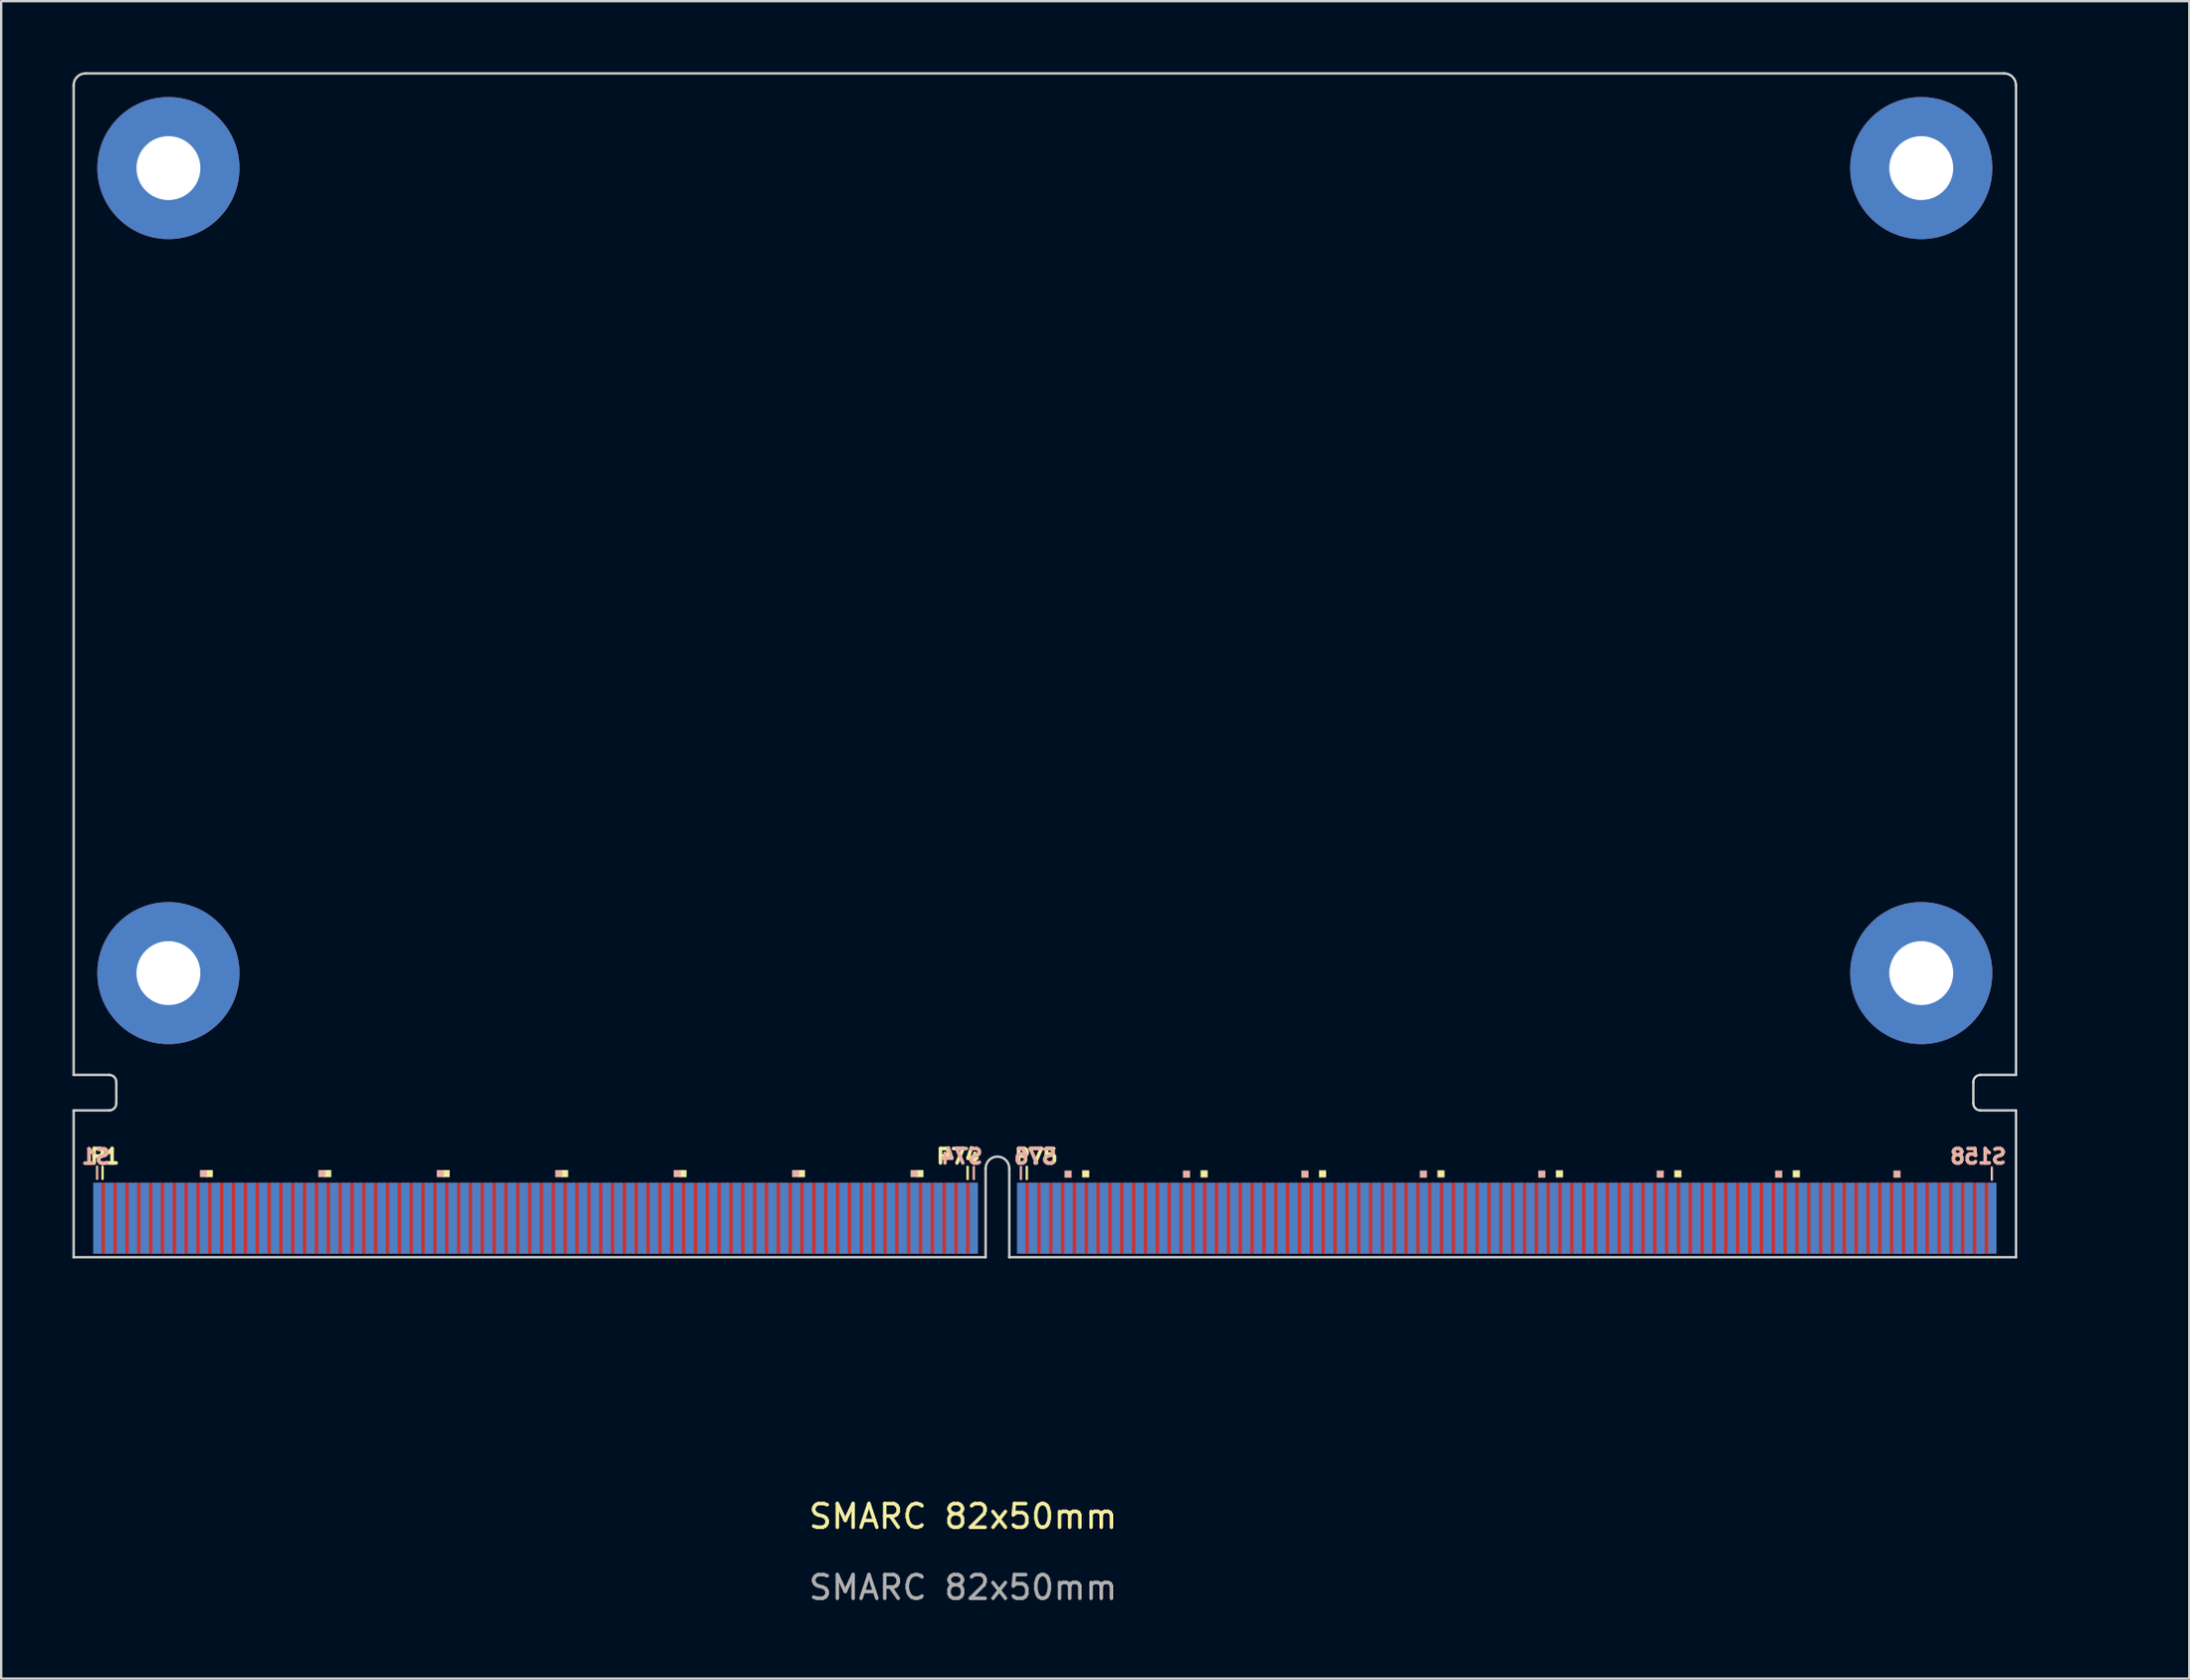
<source format=kicad_pcb>
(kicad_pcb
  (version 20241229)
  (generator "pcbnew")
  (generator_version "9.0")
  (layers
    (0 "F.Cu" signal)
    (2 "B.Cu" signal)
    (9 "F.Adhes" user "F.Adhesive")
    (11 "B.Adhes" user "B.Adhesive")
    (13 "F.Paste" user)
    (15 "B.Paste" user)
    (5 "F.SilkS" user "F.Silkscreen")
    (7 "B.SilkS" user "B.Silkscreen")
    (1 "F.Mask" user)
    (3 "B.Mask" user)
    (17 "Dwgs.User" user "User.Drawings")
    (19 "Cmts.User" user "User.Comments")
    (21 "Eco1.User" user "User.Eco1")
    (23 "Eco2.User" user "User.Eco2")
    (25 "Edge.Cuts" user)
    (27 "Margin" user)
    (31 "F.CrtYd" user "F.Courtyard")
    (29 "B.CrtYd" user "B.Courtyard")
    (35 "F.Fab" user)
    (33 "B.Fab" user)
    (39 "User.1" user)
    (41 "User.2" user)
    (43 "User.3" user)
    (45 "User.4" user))
  (footprint "SMARC 82x50mm"
    (layer "F.Cu")
    (at 41.06 50.05)
    (property "Reference" "SMARC 82x50mm" (at -3.45 10.95 0) (unlocked yes) (layer "F.SilkS") (effects (font (size 1 1) (thickness 0.15))))
    (attr smd)
    (fp_line (start -39.78 -3.31) (end -39.78 -3.83) (stroke (width 0.1) (type default)) (layer "F.SilkS"))
    (fp_line (start -3.26 -3.3) (end -3.26 -3.82) (stroke (width 0.1) (type default)) (layer "F.SilkS"))
    (fp_line (start -0.76 -3.3) (end -0.76 -3.82) (stroke (width 0.1) (type default)) (layer "F.SilkS"))
    (fp_rect (start -35.425 -3.68) (end -35.125 -3.38) (stroke (width 0) (type solid)) (fill yes) (layer "F.SilkS"))
    (fp_rect (start -30.425 -3.68) (end -30.125 -3.38) (stroke (width 0) (type solid)) (fill yes) (layer "F.SilkS"))
    (fp_rect (start -25.425 -3.68) (end -25.125 -3.38) (stroke (width 0) (type solid)) (fill yes) (layer "F.SilkS"))
    (fp_rect (start -20.425 -3.68) (end -20.125 -3.38) (stroke (width 0) (type solid)) (fill yes) (layer "F.SilkS"))
    (fp_rect (start -15.425 -3.68) (end -15.125 -3.38) (stroke (width 0) (type solid)) (fill yes) (layer "F.SilkS"))
    (fp_rect (start -10.425 -3.68) (end -10.125 -3.38) (stroke (width 0) (type solid)) (fill yes) (layer "F.SilkS"))
    (fp_rect (start -5.425 -3.68) (end -5.125 -3.38) (stroke (width 0) (type solid)) (fill yes) (layer "F.SilkS"))
    (fp_rect (start 1.575 -3.67) (end 1.875 -3.37) (stroke (width 0) (type solid)) (fill yes) (layer "F.SilkS"))
    (fp_rect (start 6.575 -3.67) (end 6.875 -3.37) (stroke (width 0) (type solid)) (fill yes) (layer "F.SilkS"))
    (fp_rect (start 11.575 -3.67) (end 11.875 -3.37) (stroke (width 0) (type solid)) (fill yes) (layer "F.SilkS"))
    (fp_rect (start 16.575 -3.67) (end 16.875 -3.37) (stroke (width 0) (type solid)) (fill yes) (layer "F.SilkS"))
    (fp_rect (start 21.575 -3.67) (end 21.875 -3.37) (stroke (width 0) (type solid)) (fill yes) (layer "F.SilkS"))
    (fp_rect (start 26.575 -3.67) (end 26.875 -3.37) (stroke (width 0) (type solid)) (fill yes) (layer "F.SilkS"))
    (fp_rect (start 31.575 -3.67) (end 31.875 -3.37) (stroke (width 0) (type solid)) (fill yes) (layer "F.SilkS"))
    (fp_line (start -40.01 -3.31) (end -40.01 -3.83) (stroke (width 0.1) (type default)) (layer "B.SilkS"))
    (fp_line (start -3 -3.3) (end -3 -3.82) (stroke (width 0.1) (type default)) (layer "B.SilkS"))
    (fp_line (start -1.01 -3.3) (end -1.01 -3.82) (stroke (width 0.1) (type default)) (layer "B.SilkS"))
    (fp_line (start 39.98 -3.27) (end 39.98 -3.79) (stroke (width 0.1) (type default)) (layer "B.SilkS"))
    (fp_rect (start -35.67 -3.68) (end -35.37 -3.38) (stroke (width 0) (type solid)) (fill yes) (layer "B.SilkS"))
    (fp_rect (start -30.67 -3.68) (end -30.37 -3.38) (stroke (width 0) (type solid)) (fill yes) (layer "B.SilkS"))
    (fp_rect (start -25.67 -3.68) (end -25.37 -3.38) (stroke (width 0) (type solid)) (fill yes) (layer "B.SilkS"))
    (fp_rect (start -20.67 -3.68) (end -20.37 -3.38) (stroke (width 0) (type solid)) (fill yes) (layer "B.SilkS"))
    (fp_rect (start -15.67 -3.68) (end -15.37 -3.38) (stroke (width 0) (type solid)) (fill yes) (layer "B.SilkS"))
    (fp_rect (start -10.67 -3.68) (end -10.37 -3.38) (stroke (width 0) (type solid)) (fill yes) (layer "B.SilkS"))
    (fp_rect (start -5.67 -3.68) (end -5.37 -3.38) (stroke (width 0) (type solid)) (fill yes) (layer "B.SilkS"))
    (fp_rect (start 0.83 -3.66) (end 1.13 -3.36) (stroke (width 0) (type solid)) (fill yes) (layer "B.SilkS"))
    (fp_rect (start 5.83 -3.66) (end 6.13 -3.36) (stroke (width 0) (type solid)) (fill yes) (layer "B.SilkS"))
    (fp_rect (start 10.83 -3.66) (end 11.13 -3.36) (stroke (width 0) (type solid)) (fill yes) (layer "B.SilkS"))
    (fp_rect (start 15.83 -3.66) (end 16.13 -3.36) (stroke (width 0) (type solid)) (fill yes) (layer "B.SilkS"))
    (fp_rect (start 20.83 -3.66) (end 21.13 -3.36) (stroke (width 0) (type solid)) (fill yes) (layer "B.SilkS"))
    (fp_rect (start 25.83 -3.66) (end 26.13 -3.36) (stroke (width 0) (type solid)) (fill yes) (layer "B.SilkS"))
    (fp_rect (start 30.83 -3.66) (end 31.13 -3.36) (stroke (width 0) (type solid)) (fill yes) (layer "B.SilkS"))
    (fp_rect (start 35.825 -3.66) (end 36.125 -3.36) (stroke (width 0) (type solid)) (fill yes) (layer "B.SilkS"))
    (fp_line (start -41 -7.7) (end -41 -49.5) (stroke (width 0.1) (type default)) (layer "Edge.Cuts"))
    (fp_line (start -41 -6.2) (end -39.5 -6.2) (stroke (width 0.1) (type default)) (layer "Edge.Cuts"))
    (fp_line (start -41 0) (end -41 -6.2) (stroke (width 0.1) (type default)) (layer "Edge.Cuts"))
    (fp_line (start -39.5 -7.7) (end -41 -7.7) (stroke (width 0.1) (type default)) (layer "Edge.Cuts"))
    (fp_line (start -39.2 -6.5) (end -39.2 -7.4) (stroke (width 0.1) (type default)) (layer "Edge.Cuts"))
    (fp_line (start -2.5 0) (end -41 0) (stroke (width 0.1) (type default)) (layer "Edge.Cuts"))
    (fp_line (start -2.5 0) (end -2.5 -3.75) (stroke (width 0.1) (type default)) (layer "Edge.Cuts"))
    (fp_line (start -1.5 0) (end -1.5 -3.75) (stroke (width 0.1) (type default)) (layer "Edge.Cuts"))
    (fp_line (start 39.2 -6.5) (end 39.2 -7.4) (stroke (width 0.1) (type default)) (layer "Edge.Cuts"))
    (fp_line (start 39.5 -7.7) (end 41 -7.7) (stroke (width 0.1) (type default)) (layer "Edge.Cuts"))
    (fp_line (start 40.5 -50) (end -40.5 -50) (stroke (width 0.1) (type default)) (layer "Edge.Cuts"))
    (fp_line (start 41 -7.7) (end 41 -49.5) (stroke (width 0.1) (type default)) (layer "Edge.Cuts"))
    (fp_line (start 41 -6.2) (end 39.5 -6.2) (stroke (width 0.1) (type default)) (layer "Edge.Cuts"))
    (fp_line (start 41 0) (end -1.5 0) (stroke (width 0.1) (type default)) (layer "Edge.Cuts"))
    (fp_line (start 41 0) (end 41 -6.2) (stroke (width 0.1) (type default)) (layer "Edge.Cuts"))
    (fp_arc (start -41 -49.5) (mid -40.853553 -49.853553) (end -40.5 -50) (stroke (width 0.1) (type default)) (layer "Edge.Cuts"))
    (fp_arc (start -39.5 -7.7) (mid -39.287867 -7.612132) (end -39.2 -7.4) (stroke (width 0.1) (type default)) (layer "Edge.Cuts"))
    (fp_arc (start -39.2 -6.5) (mid -39.287867 -6.287867) (end -39.5 -6.2) (stroke (width 0.1) (type default)) (layer "Edge.Cuts"))
    (fp_arc (start -2.5 -3.75) (mid -2 -4.25) (end -1.5 -3.75) (stroke (width 0.1) (type default)) (layer "Edge.Cuts"))
    (fp_arc (start 39.2 -7.4) (mid 39.287868 -7.612132) (end 39.5 -7.7) (stroke (width 0.1) (type default)) (layer "Edge.Cuts"))
    (fp_arc (start 39.5 -6.2) (mid 39.287868 -6.287868) (end 39.2 -6.5) (stroke (width 0.1) (type default)) (layer "Edge.Cuts"))
    (fp_arc (start 40.5 -50) (mid 40.853553 -49.853553) (end 41 -49.5) (stroke (width 0.1) (type default)) (layer "Edge.Cuts"))
    (fp_text user "P74" (at -2.68 -3.9 0) (unlocked yes) (layer "F.SilkS") (effects (font (size 0.61 0.61) (thickness 0.152) (bold yes)) (justify right bottom)))
    (fp_text user "P75" (at -1.35 -3.9 0) (unlocked yes) (layer "F.SilkS") (effects (font (size 0.61 0.61) (thickness 0.152) (bold yes)) (justify left bottom)))
    (fp_text user "P1" (at -40.38 -3.9 0) (unlocked yes) (layer "F.SilkS") (effects (font (size 0.61 0.61) (thickness 0.152) (bold yes)) (justify left bottom)))
    (fp_text user "S74" (at -4.49 -3.9 0) (unlocked yes) (layer "B.SilkS") (effects (font (size 0.61 0.61) (thickness 0.152) (bold yes)) (justify right bottom mirror)))
    (fp_text user "S1" (at -39.38 -3.89 0) (unlocked yes) (layer "B.SilkS") (effects (font (size 0.61 0.61) (thickness 0.152) (bold yes)) (justify left bottom mirror)))
    (fp_text user "S158" (at 40.67 -3.9 0) (unlocked yes) (layer "B.SilkS") (effects (font (size 0.61 0.61) (thickness 0.152) (bold yes)) (justify left bottom mirror)))
    (fp_text user "S76" (at -1.38 -3.9 0) (unlocked yes) (layer "B.SilkS") (effects (font (size 0.61 0.61) (thickness 0.152) (bold yes)) (justify right bottom mirror)))
    (fp_text user "${REFERENCE}" (at -3.45 13.95 0) (unlocked yes) (layer "F.Fab") (effects (font (size 1 1) (thickness 0.15))))
    (fp_text user "PCB thickness: 1.2mm" (at -38.99 3 0) (unlocked yes) (layer "User.1") (effects (font (size 1 1) (thickness 0.15)) (justify left bottom)))
    (dimension (type aligned) (layer "User.1") (pts (xy 0.06 51.55) (xy 39.06 51.55)) (height 4.257) (format (prefix "") (suffix "") (units 3) (units_format 1) (precision 0)) (style (thickness 0.12) (arrow_length 1.27) (text_position_mode 0) (arrow_direction outward) (extension_height 0.586) (extension_offset 0.5) (keep_text_aligned yes)) (gr_text "39 mm" (at 19.56 54.657 0) (layer "User.1") (effects (font (size 1 1) (thickness 0.15)))))
    (dimension (type aligned) (layer "User.1") (pts (xy 0.06 49.6) (xy 82.06 49.6)) (height 7.701) (format (prefix "") (suffix "") (units 3) (units_format 1) (precision 0)) (style (thickness 0.12) (arrow_length 1.27) (text_position_mode 0) (arrow_direction outward) (extension_height 0.586) (extension_offset 0.5) (keep_text_aligned yes)) (gr_text "82 mm" (at 41.06 56.151 0) (layer "User.1") (effects (font (size 1 1) (thickness 0.15)))))
    (dimension (type aligned) (layer "User.1") (pts (xy 79.754 50.05) (xy 79.754 0.05)) (height 5.006) (format (prefix "") (suffix "") (units 3) (units_format 1) (precision 0)) (style (thickness 0.1) (arrow_length 1.27) (text_position_mode 0) (arrow_direction outward) (extension_height 0.586) (extension_offset 0.5) (keep_text_aligned yes)) (gr_text "50 mm" (at 83.66 25.05 90) (layer "User.1") (effects (font (size 1 1) (thickness 0.1)))))
    (pad "P1" smd rect (at -39.75 -1.65) (size 0.35 3) (layers "F.Cu" "F.Mask"))
    (pad "P2" smd rect (at -39.25 -1.65) (size 0.35 3) (layers "F.Cu" "F.Mask"))
    (pad "P3" smd rect (at -38.75 -1.65) (size 0.35 3) (layers "F.Cu" "F.Mask"))
    (pad "P4" smd rect (at -38.25 -1.65) (size 0.35 3) (layers "F.Cu" "F.Mask"))
    (pad "P5" smd rect (at -37.75 -1.65) (size 0.35 3) (layers "F.Cu" "F.Mask"))
    (pad "P6" smd rect (at -37.25 -1.65) (size 0.35 3) (layers "F.Cu" "F.Mask"))
    (pad "P7" smd rect (at -36.75 -1.65) (size 0.35 3) (layers "F.Cu" "F.Mask"))
    (pad "P8" smd rect (at -36.25 -1.65) (size 0.35 3) (layers "F.Cu" "F.Mask"))
    (pad "P9" smd rect (at -35.75 -1.65) (size 0.35 3) (layers "F.Cu" "F.Mask"))
    (pad "P10" smd rect (at -35.25 -1.65) (size 0.35 3) (layers "F.Cu" "F.Mask"))
    (pad "P11" smd rect (at -34.75 -1.65) (size 0.35 3) (layers "F.Cu" "F.Mask"))
    (pad "P12" smd rect (at -34.25 -1.65) (size 0.35 3) (layers "F.Cu" "F.Mask"))
    (pad "P13" smd rect (at -33.75 -1.65) (size 0.35 3) (layers "F.Cu" "F.Mask"))
    (pad "P14" smd rect (at -33.25 -1.65) (size 0.35 3) (layers "F.Cu" "F.Mask"))
    (pad "P15" smd rect (at -32.75 -1.65) (size 0.35 3) (layers "F.Cu" "F.Mask"))
    (pad "P16" smd rect (at -32.25 -1.65) (size 0.35 3) (layers "F.Cu" "F.Mask"))
    (pad "P17" smd rect (at -31.75 -1.65) (size 0.35 3) (layers "F.Cu" "F.Mask"))
    (pad "P18" smd rect (at -31.25 -1.65) (size 0.35 3) (layers "F.Cu" "F.Mask"))
    (pad "P19" smd rect (at -30.75 -1.65) (size 0.35 3) (layers "F.Cu" "F.Mask"))
    (pad "P20" smd rect (at -30.25 -1.65) (size 0.35 3) (layers "F.Cu" "F.Mask"))
    (pad "P21" smd rect (at -29.75 -1.65) (size 0.35 3) (layers "F.Cu" "F.Mask"))
    (pad "P22" smd rect (at -29.25 -1.65) (size 0.35 3) (layers "F.Cu" "F.Mask"))
    (pad "P23" smd rect (at -28.75 -1.65) (size 0.35 3) (layers "F.Cu" "F.Mask"))
    (pad "P24" smd rect (at -28.25 -1.65) (size 0.35 3) (layers "F.Cu" "F.Mask"))
    (pad "P25" smd rect (at -27.75 -1.65) (size 0.35 3) (layers "F.Cu" "F.Mask"))
    (pad "P26" smd rect (at -27.25 -1.65) (size 0.35 3) (layers "F.Cu" "F.Mask"))
    (pad "P27" smd rect (at -26.75 -1.65) (size 0.35 3) (layers "F.Cu" "F.Mask"))
    (pad "P28" smd rect (at -26.25 -1.65) (size 0.35 3) (layers "F.Cu" "F.Mask"))
    (pad "P29" smd rect (at -25.75 -1.65) (size 0.35 3) (layers "F.Cu" "F.Mask"))
    (pad "P30" smd rect (at -25.25 -1.65) (size 0.35 3) (layers "F.Cu" "F.Mask"))
    (pad "P31" smd rect (at -24.75 -1.65) (size 0.35 3) (layers "F.Cu" "F.Mask"))
    (pad "P32" smd rect (at -24.25 -1.65) (size 0.35 3) (layers "F.Cu" "F.Mask"))
    (pad "P33" smd rect (at -23.75 -1.65) (size 0.35 3) (layers "F.Cu" "F.Mask"))
    (pad "P34" smd rect (at -23.25 -1.65) (size 0.35 3) (layers "F.Cu" "F.Mask"))
    (pad "P35" smd rect (at -22.75 -1.65) (size 0.35 3) (layers "F.Cu" "F.Mask"))
    (pad "P36" smd rect (at -22.25 -1.65) (size 0.35 3) (layers "F.Cu" "F.Mask"))
    (pad "P37" smd rect (at -21.75 -1.65) (size 0.35 3) (layers "F.Cu" "F.Mask"))
    (pad "P38" smd rect (at -21.25 -1.65) (size 0.35 3) (layers "F.Cu" "F.Mask"))
    (pad "P39" smd rect (at -20.75 -1.65) (size 0.35 3) (layers "F.Cu" "F.Mask"))
    (pad "P40" smd rect (at -20.25 -1.65) (size 0.35 3) (layers "F.Cu" "F.Mask"))
    (pad "P41" smd rect (at -19.75 -1.65) (size 0.35 3) (layers "F.Cu" "F.Mask"))
    (pad "P42" smd rect (at -19.25 -1.65) (size 0.35 3) (layers "F.Cu" "F.Mask"))
    (pad "P43" smd rect (at -18.75 -1.65) (size 0.35 3) (layers "F.Cu" "F.Mask"))
    (pad "P44" smd rect (at -18.25 -1.65) (size 0.35 3) (layers "F.Cu" "F.Mask"))
    (pad "P45" smd rect (at -17.75 -1.65) (size 0.35 3) (layers "F.Cu" "F.Mask"))
    (pad "P46" smd rect (at -17.25 -1.65) (size 0.35 3) (layers "F.Cu" "F.Mask"))
    (pad "P47" smd rect (at -16.75 -1.65) (size 0.35 3) (layers "F.Cu" "F.Mask"))
    (pad "P48" smd rect (at -16.25 -1.65) (size 0.35 3) (layers "F.Cu" "F.Mask"))
    (pad "P49" smd rect (at -15.75 -1.65) (size 0.35 3) (layers "F.Cu" "F.Mask"))
    (pad "P50" smd rect (at -15.25 -1.65) (size 0.35 3) (layers "F.Cu" "F.Mask"))
    (pad "P51" smd rect (at -14.75 -1.65) (size 0.35 3) (layers "F.Cu" "F.Mask"))
    (pad "P52" smd rect (at -14.25 -1.65) (size 0.35 3) (layers "F.Cu" "F.Mask"))
    (pad "P53" smd rect (at -13.75 -1.65) (size 0.35 3) (layers "F.Cu" "F.Mask"))
    (pad "P54" smd rect (at -13.25 -1.65) (size 0.35 3) (layers "F.Cu" "F.Mask"))
    (pad "P55" smd rect (at -12.75 -1.65) (size 0.35 3) (layers "F.Cu" "F.Mask"))
    (pad "P56" smd rect (at -12.25 -1.65) (size 0.35 3) (layers "F.Cu" "F.Mask"))
    (pad "P57" smd rect (at -11.75 -1.65) (size 0.35 3) (layers "F.Cu" "F.Mask"))
    (pad "P58" smd rect (at -11.25 -1.65) (size 0.35 3) (layers "F.Cu" "F.Mask"))
    (pad "P59" smd rect (at -10.75 -1.65) (size 0.35 3) (layers "F.Cu" "F.Mask"))
    (pad "P60" smd rect (at -10.25 -1.65) (size 0.35 3) (layers "F.Cu" "F.Mask"))
    (pad "P61" smd rect (at -9.75 -1.65) (size 0.35 3) (layers "F.Cu" "F.Mask"))
    (pad "P62" smd rect (at -9.25 -1.65) (size 0.35 3) (layers "F.Cu" "F.Mask"))
    (pad "P63" smd rect (at -8.75 -1.65) (size 0.35 3) (layers "F.Cu" "F.Mask"))
    (pad "P64" smd rect (at -8.25 -1.65) (size 0.35 3) (layers "F.Cu" "F.Mask"))
    (pad "P65" smd rect (at -7.75 -1.65) (size 0.35 3) (layers "F.Cu" "F.Mask"))
    (pad "P66" smd rect (at -7.25 -1.65) (size 0.35 3) (layers "F.Cu" "F.Mask"))
    (pad "P67" smd rect (at -6.75 -1.65) (size 0.35 3) (layers "F.Cu" "F.Mask"))
    (pad "P68" smd rect (at -6.25 -1.65) (size 0.35 3) (layers "F.Cu" "F.Mask"))
    (pad "P69" smd rect (at -5.75 -1.65) (size 0.35 3) (layers "F.Cu" "F.Mask"))
    (pad "P70" smd rect (at -5.25 -1.65) (size 0.35 3) (layers "F.Cu" "F.Mask"))
    (pad "P71" smd rect (at -4.75 -1.65) (size 0.35 3) (layers "F.Cu" "F.Mask"))
    (pad "P72" smd rect (at -4.25 -1.65) (size 0.35 3) (layers "F.Cu" "F.Mask"))
    (pad "P73" smd rect (at -3.75 -1.65) (size 0.35 3) (layers "F.Cu" "F.Mask"))
    (pad "P74" smd rect (at -3.25 -1.65) (size 0.35 3) (layers "F.Cu" "F.Mask"))
    (pad "P75" smd rect (at -0.75 -1.65) (size 0.35 3) (layers "F.Cu" "F.Mask"))
    (pad "P76" smd rect (at -0.25 -1.65) (size 0.35 3) (layers "F.Cu" "F.Mask"))
    (pad "P77" smd rect (at 0.25 -1.65) (size 0.35 3) (layers "F.Cu" "F.Mask"))
    (pad "P78" smd rect (at 0.75 -1.65) (size 0.35 3) (layers "F.Cu" "F.Mask"))
    (pad "P79" smd rect (at 1.25 -1.65) (size 0.35 3) (layers "F.Cu" "F.Mask"))
    (pad "P80" smd rect (at 1.75 -1.65) (size 0.35 3) (layers "F.Cu" "F.Mask"))
    (pad "P81" smd rect (at 2.25 -1.65) (size 0.35 3) (layers "F.Cu" "F.Mask"))
    (pad "P82" smd rect (at 2.75 -1.65) (size 0.35 3) (layers "F.Cu" "F.Mask"))
    (pad "P83" smd rect (at 3.25 -1.65) (size 0.35 3) (layers "F.Cu" "F.Mask"))
    (pad "P84" smd rect (at 3.75 -1.65) (size 0.35 3) (layers "F.Cu" "F.Mask"))
    (pad "P85" smd rect (at 4.25 -1.65) (size 0.35 3) (layers "F.Cu" "F.Mask"))
    (pad "P86" smd rect (at 4.75 -1.65) (size 0.35 3) (layers "F.Cu" "F.Mask"))
    (pad "P87" smd rect (at 5.25 -1.65) (size 0.35 3) (layers "F.Cu" "F.Mask"))
    (pad "P88" smd rect (at 5.75 -1.65) (size 0.35 3) (layers "F.Cu" "F.Mask"))
    (pad "P89" smd rect (at 6.25 -1.65) (size 0.35 3) (layers "F.Cu" "F.Mask"))
    (pad "P90" smd rect (at 6.75 -1.65) (size 0.35 3) (layers "F.Cu" "F.Mask"))
    (pad "P91" smd rect (at 7.25 -1.65) (size 0.35 3) (layers "F.Cu" "F.Mask"))
    (pad "P92" smd rect (at 7.75 -1.65) (size 0.35 3) (layers "F.Cu" "F.Mask"))
    (pad "P93" smd rect (at 8.25 -1.65) (size 0.35 3) (layers "F.Cu" "F.Mask"))
    (pad "P94" smd rect (at 8.75 -1.65) (size 0.35 3) (layers "F.Cu" "F.Mask"))
    (pad "P95" smd rect (at 9.25 -1.65) (size 0.35 3) (layers "F.Cu" "F.Mask"))
    (pad "P96" smd rect (at 9.75 -1.65) (size 0.35 3) (layers "F.Cu" "F.Mask"))
    (pad "P97" smd rect (at 10.25 -1.65) (size 0.35 3) (layers "F.Cu" "F.Mask"))
    (pad "P98" smd rect (at 10.75 -1.65) (size 0.35 3) (layers "F.Cu" "F.Mask"))
    (pad "P99" smd rect (at 11.25 -1.65) (size 0.35 3) (layers "F.Cu" "F.Mask"))
    (pad "P100" smd rect (at 11.75 -1.65) (size 0.35 3) (layers "F.Cu" "F.Mask"))
    (pad "P101" smd rect (at 12.25 -1.65) (size 0.35 3) (layers "F.Cu" "F.Mask"))
    (pad "P102" smd rect (at 12.75 -1.65) (size 0.35 3) (layers "F.Cu" "F.Mask"))
    (pad "P103" smd rect (at 13.25 -1.65) (size 0.35 3) (layers "F.Cu" "F.Mask"))
    (pad "P104" smd rect (at 13.75 -1.65) (size 0.35 3) (layers "F.Cu" "F.Mask"))
    (pad "P105" smd rect (at 14.25 -1.65) (size 0.35 3) (layers "F.Cu" "F.Mask"))
    (pad "P106" smd rect (at 14.75 -1.65) (size 0.35 3) (layers "F.Cu" "F.Mask"))
    (pad "P107" smd rect (at 15.25 -1.65) (size 0.35 3) (layers "F.Cu" "F.Mask"))
    (pad "P108" smd rect (at 15.75 -1.65) (size 0.35 3) (layers "F.Cu" "F.Mask"))
    (pad "P109" smd rect (at 16.25 -1.65) (size 0.35 3) (layers "F.Cu" "F.Mask"))
    (pad "P110" smd rect (at 16.75 -1.65) (size 0.35 3) (layers "F.Cu" "F.Mask"))
    (pad "P111" smd rect (at 17.25 -1.65) (size 0.35 3) (layers "F.Cu" "F.Mask"))
    (pad "P112" smd rect (at 17.75 -1.65) (size 0.35 3) (layers "F.Cu" "F.Mask"))
    (pad "P113" smd rect (at 18.25 -1.65) (size 0.35 3) (layers "F.Cu" "F.Mask"))
    (pad "P114" smd rect (at 18.75 -1.65) (size 0.35 3) (layers "F.Cu" "F.Mask"))
    (pad "P115" smd rect (at 19.25 -1.65) (size 0.35 3) (layers "F.Cu" "F.Mask"))
    (pad "P116" smd rect (at 19.75 -1.65) (size 0.35 3) (layers "F.Cu" "F.Mask"))
    (pad "P117" smd rect (at 20.25 -1.65) (size 0.35 3) (layers "F.Cu" "F.Mask"))
    (pad "P118" smd rect (at 20.75 -1.65) (size 0.35 3) (layers "F.Cu" "F.Mask"))
    (pad "P119" smd rect (at 21.25 -1.65) (size 0.35 3) (layers "F.Cu" "F.Mask"))
    (pad "P120" smd rect (at 21.75 -1.65) (size 0.35 3) (layers "F.Cu" "F.Mask"))
    (pad "P121" smd rect (at 22.25 -1.65) (size 0.35 3) (layers "F.Cu" "F.Mask"))
    (pad "P122" smd rect (at 22.75 -1.65) (size 0.35 3) (layers "F.Cu" "F.Mask"))
    (pad "P123" smd rect (at 23.25 -1.65) (size 0.35 3) (layers "F.Cu" "F.Mask"))
    (pad "P124" smd rect (at 23.75 -1.65) (size 0.35 3) (layers "F.Cu" "F.Mask"))
    (pad "P125" smd rect (at 24.25 -1.65) (size 0.35 3) (layers "F.Cu" "F.Mask"))
    (pad "P126" smd rect (at 24.75 -1.65) (size 0.35 3) (layers "F.Cu" "F.Mask"))
    (pad "P127" smd rect (at 25.25 -1.65) (size 0.35 3) (layers "F.Cu" "F.Mask"))
    (pad "P128" smd rect (at 25.75 -1.65) (size 0.35 3) (layers "F.Cu" "F.Mask"))
    (pad "P129" smd rect (at 26.25 -1.65) (size 0.35 3) (layers "F.Cu" "F.Mask"))
    (pad "P130" smd rect (at 26.75 -1.65) (size 0.35 3) (layers "F.Cu" "F.Mask"))
    (pad "P131" smd rect (at 27.25 -1.65) (size 0.35 3) (layers "F.Cu" "F.Mask"))
    (pad "P132" smd rect (at 27.75 -1.65) (size 0.35 3) (layers "F.Cu" "F.Mask"))
    (pad "P133" smd rect (at 28.25 -1.65) (size 0.35 3) (layers "F.Cu" "F.Mask"))
    (pad "P134" smd rect (at 28.75 -1.65) (size 0.35 3) (layers "F.Cu" "F.Mask"))
    (pad "P135" smd rect (at 29.25 -1.65) (size 0.35 3) (layers "F.Cu" "F.Mask"))
    (pad "P136" smd rect (at 29.75 -1.65) (size 0.35 3) (layers "F.Cu" "F.Mask"))
    (pad "P137" smd rect (at 30.25 -1.65) (size 0.35 3) (layers "F.Cu" "F.Mask"))
    (pad "P138" smd rect (at 30.75 -1.65) (size 0.35 3) (layers "F.Cu" "F.Mask"))
    (pad "P139" smd rect (at 31.25 -1.65) (size 0.35 3) (layers "F.Cu" "F.Mask"))
    (pad "P140" smd rect (at 31.75 -1.65) (size 0.35 3) (layers "F.Cu" "F.Mask"))
    (pad "P141" smd rect (at 32.25 -1.65) (size 0.35 3) (layers "F.Cu" "F.Mask"))
    (pad "P142" smd rect (at 32.75 -1.65) (size 0.35 3) (layers "F.Cu" "F.Mask"))
    (pad "P143" smd rect (at 33.25 -1.65) (size 0.35 3) (layers "F.Cu" "F.Mask"))
    (pad "P144" smd rect (at 33.75 -1.65) (size 0.35 3) (layers "F.Cu" "F.Mask"))
    (pad "P145" smd rect (at 34.25 -1.65) (size 0.35 3) (layers "F.Cu" "F.Mask"))
    (pad "P146" smd rect (at 34.75 -1.65) (size 0.35 3) (layers "F.Cu" "F.Mask"))
    (pad "P147" smd rect (at 37.5 -1.65) (size 4.85 3) (layers "F.Cu" "F.Mask"))
    (pad "P148" smd rect (at 35.28 -1.65) (size 0.35 3) (layers "F.Cu" "F.Mask"))
    (pad "P149" smd rect (at 35.77 -1.65) (size 0.35 3) (layers "F.Cu" "F.Mask"))
    (pad "P150" smd rect (at 36.24 -1.65) (size 0.35 3) (layers "F.Cu" "F.Mask"))
    (pad "P151" smd rect (at 36.7 -1.65) (size 0.35 3) (layers "F.Cu" "F.Mask"))
    (pad "P152" smd rect (at 37.21 -1.65) (size 0.35 3) (layers "F.Cu" "F.Mask"))
    (pad "P153" smd rect (at 37.69 -1.65) (size 0.35 3) (layers "F.Cu" "F.Mask"))
    (pad "P154" smd rect (at 38.15 -1.65) (size 0.35 3) (layers "F.Cu" "F.Mask"))
    (pad "P155" smd rect (at 38.61 -1.65) (size 0.35 3) (layers "F.Cu" "F.Mask"))
    (pad "P156" smd rect (at 39.05 -1.65) (size 0.35 3) (layers "F.Cu" "F.Mask"))
    (pad "S1" smd rect (at -40 -1.65) (size 0.35 3) (layers "B.Cu" "B.Mask"))
    (pad "S2" smd rect (at -39.5 -1.65) (size 0.35 3) (layers "B.Cu" "B.Mask"))
    (pad "S3" smd rect (at -39 -1.65) (size 0.35 3) (layers "B.Cu" "B.Mask"))
    (pad "S4" smd rect (at -38.5 -1.65) (size 0.35 3) (layers "B.Cu" "B.Mask"))
    (pad "S5" smd rect (at -38 -1.65) (size 0.35 3) (layers "B.Cu" "B.Mask"))
    (pad "S6" smd rect (at -37.5 -1.65) (size 0.35 3) (layers "B.Cu" "B.Mask"))
    (pad "S7" smd rect (at -37 -1.65) (size 0.35 3) (layers "B.Cu" "B.Mask"))
    (pad "S8" smd rect (at -36.5 -1.65) (size 0.35 3) (layers "B.Cu" "B.Mask"))
    (pad "S9" smd rect (at -36 -1.65) (size 0.35 3) (layers "B.Cu" "B.Mask"))
    (pad "S10" smd rect (at -35.5 -1.65) (size 0.35 3) (layers "B.Cu" "B.Mask"))
    (pad "S11" smd rect (at -35 -1.65) (size 0.35 3) (layers "B.Cu" "B.Mask"))
    (pad "S12" smd rect (at -34.5 -1.65) (size 0.35 3) (layers "B.Cu" "B.Mask"))
    (pad "S13" smd rect (at -34 -1.65) (size 0.35 3) (layers "B.Cu" "B.Mask"))
    (pad "S14" smd rect (at -33.5 -1.65) (size 0.35 3) (layers "B.Cu" "B.Mask"))
    (pad "S15" smd rect (at -33 -1.65) (size 0.35 3) (layers "B.Cu" "B.Mask"))
    (pad "S16" smd rect (at -32.5 -1.65) (size 0.35 3) (layers "B.Cu" "B.Mask"))
    (pad "S17" smd rect (at -32 -1.65) (size 0.35 3) (layers "B.Cu" "B.Mask"))
    (pad "S18" smd rect (at -31.5 -1.65) (size 0.35 3) (layers "B.Cu" "B.Mask"))
    (pad "S19" smd rect (at -31 -1.65) (size 0.35 3) (layers "B.Cu" "B.Mask"))
    (pad "S20" smd rect (at -30.5 -1.65) (size 0.35 3) (layers "B.Cu" "B.Mask"))
    (pad "S21" smd rect (at -30 -1.65) (size 0.35 3) (layers "B.Cu" "B.Mask"))
    (pad "S22" smd rect (at -29.5 -1.65) (size 0.35 3) (layers "B.Cu" "B.Mask"))
    (pad "S23" smd rect (at -29 -1.65) (size 0.35 3) (layers "B.Cu" "B.Mask"))
    (pad "S24" smd rect (at -28.5 -1.65) (size 0.35 3) (layers "B.Cu" "B.Mask"))
    (pad "S25" smd rect (at -28 -1.65) (size 0.35 3) (layers "B.Cu" "B.Mask"))
    (pad "S26" smd rect (at -27.5 -1.65) (size 0.35 3) (layers "B.Cu" "B.Mask"))
    (pad "S27" smd rect (at -27 -1.65) (size 0.35 3) (layers "B.Cu" "B.Mask"))
    (pad "S28" smd rect (at -26.5 -1.65) (size 0.35 3) (layers "B.Cu" "B.Mask"))
    (pad "S29" smd rect (at -26 -1.65) (size 0.35 3) (layers "B.Cu" "B.Mask"))
    (pad "S30" smd rect (at -25.5 -1.65) (size 0.35 3) (layers "B.Cu" "B.Mask"))
    (pad "S31" smd rect (at -25 -1.65) (size 0.35 3) (layers "B.Cu" "B.Mask"))
    (pad "S32" smd rect (at -24.5 -1.65) (size 0.35 3) (layers "B.Cu" "B.Mask"))
    (pad "S33" smd rect (at -24 -1.65) (size 0.35 3) (layers "B.Cu" "B.Mask"))
    (pad "S34" smd rect (at -23.5 -1.65) (size 0.35 3) (layers "B.Cu" "B.Mask"))
    (pad "S35" smd rect (at -23 -1.65) (size 0.35 3) (layers "B.Cu" "B.Mask"))
    (pad "S36" smd rect (at -22.5 -1.65) (size 0.35 3) (layers "B.Cu" "B.Mask"))
    (pad "S37" smd rect (at -22 -1.65) (size 0.35 3) (layers "B.Cu" "B.Mask"))
    (pad "S38" smd rect (at -21.5 -1.65) (size 0.35 3) (layers "B.Cu" "B.Mask"))
    (pad "S39" smd rect (at -21 -1.65) (size 0.35 3) (layers "B.Cu" "B.Mask"))
    (pad "S40" smd rect (at -20.5 -1.65) (size 0.35 3) (layers "B.Cu" "B.Mask"))
    (pad "S41" smd rect (at -20 -1.65) (size 0.35 3) (layers "B.Cu" "B.Mask"))
    (pad "S42" smd rect (at -19.5 -1.65) (size 0.35 3) (layers "B.Cu" "B.Mask"))
    (pad "S43" smd rect (at -19 -1.65) (size 0.35 3) (layers "B.Cu" "B.Mask"))
    (pad "S44" smd rect (at -18.5 -1.65) (size 0.35 3) (layers "B.Cu" "B.Mask"))
    (pad "S45" smd rect (at -18 -1.65) (size 0.35 3) (layers "B.Cu" "B.Mask"))
    (pad "S46" smd rect (at -17.5 -1.65) (size 0.35 3) (layers "B.Cu" "B.Mask"))
    (pad "S47" smd rect (at -17 -1.65) (size 0.35 3) (layers "B.Cu" "B.Mask"))
    (pad "S48" smd rect (at -16.5 -1.65) (size 0.35 3) (layers "B.Cu" "B.Mask"))
    (pad "S49" smd rect (at -16 -1.65) (size 0.35 3) (layers "B.Cu" "B.Mask"))
    (pad "S50" smd rect (at -15.5 -1.65) (size 0.35 3) (layers "B.Cu" "B.Mask"))
    (pad "S51" smd rect (at -15 -1.65) (size 0.35 3) (layers "B.Cu" "B.Mask"))
    (pad "S52" smd rect (at -14.5 -1.65) (size 0.35 3) (layers "B.Cu" "B.Mask"))
    (pad "S53" smd rect (at -14 -1.65) (size 0.35 3) (layers "B.Cu" "B.Mask"))
    (pad "S54" smd rect (at -13.5 -1.65) (size 0.35 3) (layers "B.Cu" "B.Mask"))
    (pad "S55" smd rect (at -13 -1.65) (size 0.35 3) (layers "B.Cu" "B.Mask"))
    (pad "S56" smd rect (at -12.5 -1.65) (size 0.35 3) (layers "B.Cu" "B.Mask"))
    (pad "S57" smd rect (at -12 -1.65) (size 0.35 3) (layers "B.Cu" "B.Mask"))
    (pad "S58" smd rect (at -11.5 -1.65) (size 0.35 3) (layers "B.Cu" "B.Mask"))
    (pad "S59" smd rect (at -11 -1.65) (size 0.35 3) (layers "B.Cu" "B.Mask"))
    (pad "S60" smd rect (at -10.5 -1.65) (size 0.35 3) (layers "B.Cu" "B.Mask"))
    (pad "S61" smd rect (at -10 -1.65) (size 0.35 3) (layers "B.Cu" "B.Mask"))
    (pad "S62" smd rect (at -9.5 -1.65) (size 0.35 3) (layers "B.Cu" "B.Mask"))
    (pad "S63" smd rect (at -9 -1.65) (size 0.35 3) (layers "B.Cu" "B.Mask"))
    (pad "S64" smd rect (at -8.5 -1.65) (size 0.35 3) (layers "B.Cu" "B.Mask"))
    (pad "S65" smd rect (at -8 -1.65) (size 0.35 3) (layers "B.Cu" "B.Mask"))
    (pad "S66" smd rect (at -7.5 -1.65) (size 0.35 3) (layers "B.Cu" "B.Mask"))
    (pad "S67" smd rect (at -7 -1.65) (size 0.35 3) (layers "B.Cu" "B.Mask"))
    (pad "S68" smd rect (at -6.5 -1.65) (size 0.35 3) (layers "B.Cu" "B.Mask"))
    (pad "S69" smd rect (at -6 -1.65) (size 0.35 3) (layers "B.Cu" "B.Mask"))
    (pad "S70" smd rect (at -5.5 -1.65) (size 0.35 3) (layers "B.Cu" "B.Mask"))
    (pad "S71" smd rect (at -5 -1.65) (size 0.35 3) (layers "B.Cu" "B.Mask"))
    (pad "S72" smd rect (at -4.5 -1.65) (size 0.35 3) (layers "B.Cu" "B.Mask"))
    (pad "S73" smd rect (at -4 -1.65) (size 0.35 3) (layers "B.Cu" "B.Mask"))
    (pad "S74" smd rect (at -3.5 -1.65) (size 0.35 3) (layers "B.Cu" "B.Mask"))
    (pad "S75" smd rect (at -3 -1.65) (size 0.35 3) (layers "B.Cu" "B.Mask"))
    (pad "S76" smd rect (at -1 -1.65) (size 0.35 3) (layers "B.Cu" "B.Mask"))
    (pad "S77" smd rect (at -0.5 -1.65) (size 0.35 3) (layers "B.Cu" "B.Mask"))
    (pad "S78" smd rect (at 0 -1.65) (size 0.35 3) (layers "B.Cu" "B.Mask"))
    (pad "S79" smd rect (at 0.5 -1.65) (size 0.35 3) (layers "B.Cu" "B.Mask"))
    (pad "S80" smd rect (at 1 -1.65) (size 0.35 3) (layers "B.Cu" "B.Mask"))
    (pad "S81" smd rect (at 1.5 -1.65) (size 0.35 3) (layers "B.Cu" "B.Mask"))
    (pad "S82" smd rect (at 2 -1.65) (size 0.35 3) (layers "B.Cu" "B.Mask"))
    (pad "S83" smd rect (at 2.5 -1.65) (size 0.35 3) (layers "B.Cu" "B.Mask"))
    (pad "S84" smd rect (at 3 -1.65) (size 0.35 3) (layers "B.Cu" "B.Mask"))
    (pad "S85" smd rect (at 3.5 -1.65) (size 0.35 3) (layers "B.Cu" "B.Mask"))
    (pad "S86" smd rect (at 4 -1.65) (size 0.35 3) (layers "B.Cu" "B.Mask"))
    (pad "S87" smd rect (at 4.5 -1.65) (size 0.35 3) (layers "B.Cu" "B.Mask"))
    (pad "S88" smd rect (at 5 -1.65) (size 0.35 3) (layers "B.Cu" "B.Mask"))
    (pad "S89" smd rect (at 5.5 -1.65) (size 0.35 3) (layers "B.Cu" "B.Mask"))
    (pad "S90" smd rect (at 6 -1.65) (size 0.35 3) (layers "B.Cu" "B.Mask"))
    (pad "S91" smd rect (at 6.5 -1.65) (size 0.35 3) (layers "B.Cu" "B.Mask"))
    (pad "S92" smd rect (at 7 -1.65) (size 0.35 3) (layers "B.Cu" "B.Mask"))
    (pad "S93" smd rect (at 7.5 -1.65) (size 0.35 3) (layers "B.Cu" "B.Mask"))
    (pad "S94" smd rect (at 8 -1.65) (size 0.35 3) (layers "B.Cu" "B.Mask"))
    (pad "S95" smd rect (at 8.5 -1.65) (size 0.35 3) (layers "B.Cu" "B.Mask"))
    (pad "S96" smd rect (at 9 -1.65) (size 0.35 3) (layers "B.Cu" "B.Mask"))
    (pad "S97" smd rect (at 9.5 -1.65) (size 0.35 3) (layers "B.Cu" "B.Mask"))
    (pad "S98" smd rect (at 10 -1.65) (size 0.35 3) (layers "B.Cu" "B.Mask"))
    (pad "S99" smd rect (at 10.5 -1.65) (size 0.35 3) (layers "B.Cu" "B.Mask"))
    (pad "S100" smd rect (at 11 -1.65) (size 0.35 3) (layers "B.Cu" "B.Mask"))
    (pad "S101" smd rect (at 11.5 -1.65) (size 0.35 3) (layers "B.Cu" "B.Mask"))
    (pad "S102" smd rect (at 12 -1.65) (size 0.35 3) (layers "B.Cu" "B.Mask"))
    (pad "S103" smd rect (at 12.5 -1.65) (size 0.35 3) (layers "B.Cu" "B.Mask"))
    (pad "S104" smd rect (at 13 -1.65) (size 0.35 3) (layers "B.Cu" "B.Mask"))
    (pad "S105" smd rect (at 13.5 -1.65) (size 0.35 3) (layers "B.Cu" "B.Mask"))
    (pad "S106" smd rect (at 14 -1.65) (size 0.35 3) (layers "B.Cu" "B.Mask"))
    (pad "S107" smd rect (at 14.5 -1.65) (size 0.35 3) (layers "B.Cu" "B.Mask"))
    (pad "S108" smd rect (at 15 -1.65) (size 0.35 3) (layers "B.Cu" "B.Mask"))
    (pad "S109" smd rect (at 15.5 -1.65) (size 0.35 3) (layers "B.Cu" "B.Mask"))
    (pad "S110" smd rect (at 16 -1.65) (size 0.35 3) (layers "B.Cu" "B.Mask"))
    (pad "S111" smd rect (at 16.5 -1.65) (size 0.35 3) (layers "B.Cu" "B.Mask"))
    (pad "S112" smd rect (at 17 -1.65) (size 0.35 3) (layers "B.Cu" "B.Mask"))
    (pad "S113" smd rect (at 17.5 -1.65) (size 0.35 3) (layers "B.Cu" "B.Mask"))
    (pad "S114" smd rect (at 18 -1.65) (size 0.35 3) (layers "B.Cu" "B.Mask"))
    (pad "S115" smd rect (at 18.5 -1.65) (size 0.35 3) (layers "B.Cu" "B.Mask"))
    (pad "S116" smd rect (at 19 -1.65) (size 0.35 3) (layers "B.Cu" "B.Mask"))
    (pad "S117" smd rect (at 19.5 -1.65) (size 0.35 3) (layers "B.Cu" "B.Mask"))
    (pad "S118" smd rect (at 20 -1.65) (size 0.35 3) (layers "B.Cu" "B.Mask"))
    (pad "S119" smd rect (at 20.5 -1.65) (size 0.35 3) (layers "B.Cu" "B.Mask"))
    (pad "S120" smd rect (at 21 -1.65) (size 0.35 3) (layers "B.Cu" "B.Mask"))
    (pad "S121" smd rect (at 21.5 -1.65) (size 0.35 3) (layers "B.Cu" "B.Mask"))
    (pad "S122" smd rect (at 22 -1.65) (size 0.35 3) (layers "B.Cu" "B.Mask"))
    (pad "S123" smd rect (at 22.5 -1.65) (size 0.35 3) (layers "B.Cu" "B.Mask"))
    (pad "S124" smd rect (at 23 -1.65) (size 0.35 3) (layers "B.Cu" "B.Mask"))
    (pad "S125" smd rect (at 23.5 -1.65) (size 0.35 3) (layers "B.Cu" "B.Mask"))
    (pad "S126" smd rect (at 24 -1.65) (size 0.35 3) (layers "B.Cu" "B.Mask"))
    (pad "S127" smd rect (at 24.5 -1.65) (size 0.35 3) (layers "B.Cu" "B.Mask"))
    (pad "S128" smd rect (at 25 -1.65) (size 0.35 3) (layers "B.Cu" "B.Mask"))
    (pad "S129" smd rect (at 25.5 -1.65) (size 0.35 3) (layers "B.Cu" "B.Mask"))
    (pad "S130" smd rect (at 26 -1.65) (size 0.35 3) (layers "B.Cu" "B.Mask"))
    (pad "S131" smd rect (at 26.5 -1.65) (size 0.35 3) (layers "B.Cu" "B.Mask"))
    (pad "S132" smd rect (at 27 -1.65) (size 0.35 3) (layers "B.Cu" "B.Mask"))
    (pad "S133" smd rect (at 27.5 -1.65) (size 0.35 3) (layers "B.Cu" "B.Mask"))
    (pad "S134" smd rect (at 28 -1.65) (size 0.35 3) (layers "B.Cu" "B.Mask"))
    (pad "S135" smd rect (at 28.5 -1.65) (size 0.35 3) (layers "B.Cu" "B.Mask"))
    (pad "S136" smd rect (at 29 -1.65) (size 0.35 3) (layers "B.Cu" "B.Mask"))
    (pad "S137" smd rect (at 29.5 -1.65) (size 0.35 3) (layers "B.Cu" "B.Mask"))
    (pad "S138" smd rect (at 30 -1.65) (size 0.35 3) (layers "B.Cu" "B.Mask"))
    (pad "S139" smd rect (at 30.5 -1.65) (size 0.35 3) (layers "B.Cu" "B.Mask"))
    (pad "S140" smd rect (at 31 -1.65) (size 0.35 3) (layers "B.Cu" "B.Mask"))
    (pad "S141" smd rect (at 31.5 -1.65) (size 0.35 3) (layers "B.Cu" "B.Mask"))
    (pad "S142" smd rect (at 32 -1.65) (size 0.35 3) (layers "B.Cu" "B.Mask"))
    (pad "S143" smd rect (at 32.5 -1.65) (size 0.35 3) (layers "B.Cu" "B.Mask"))
    (pad "S144" smd rect (at 33 -1.65) (size 0.35 3) (layers "B.Cu" "B.Mask"))
    (pad "S145" smd rect (at 33.5 -1.65) (size 0.35 3) (layers "B.Cu" "B.Mask"))
    (pad "S146" smd rect (at 34 -1.65) (size 0.35 3) (layers "B.Cu" "B.Mask"))
    (pad "S147" smd rect (at 34.5 -1.65) (size 0.35 3) (layers "B.Cu" "B.Mask"))
    (pad "S148" smd rect (at 35 -1.65) (size 0.35 3) (layers "B.Cu" "B.Mask"))
    (pad "S149" smd rect (at 35.5 -1.65) (size 0.35 3) (layers "B.Cu" "B.Mask"))
    (pad "S150" smd rect (at 36 -1.65) (size 0.35 3) (layers "B.Cu" "B.Mask"))
    (pad "S151" smd rect (at 36.5 -1.65) (size 0.35 3) (layers "B.Cu" "B.Mask"))
    (pad "S152" smd rect (at 37 -1.65) (size 0.35 3) (layers "B.Cu" "B.Mask"))
    (pad "S153" smd rect (at 37.5 -1.65) (size 0.35 3) (layers "B.Cu" "B.Mask"))
    (pad "S154" smd rect (at 38 -1.65) (size 0.35 3) (layers "B.Cu" "B.Mask"))
    (pad "S155" smd rect (at 38.5 -1.65) (size 0.35 3) (layers "B.Cu" "B.Mask"))
    (pad "S156" smd rect (at 39 -1.65) (size 0.35 3) (layers "B.Cu" "B.Mask"))
    (pad "S157" smd rect (at 39.5 -1.65) (size 0.35 3) (layers "B.Cu" "B.Mask"))
    (pad "S158" smd rect (at 40 -1.65) (size 0.35 3) (layers "B.Cu" "B.Mask"))
    (pad "SH" thru_hole circle (at -37 -46) (size 6 6) (drill 2.7) (layers "*.Cu" "*.Mask"))
    (pad "SH" thru_hole circle (at -37 -12) (size 6 6) (drill 2.7) (layers "*.Cu" "*.Mask"))
    (pad "SH" thru_hole circle (at 37 -46) (size 6 6) (drill 2.7) (layers "*.Cu" "*.Mask"))
    (pad "SH" thru_hole circle (at 37 -12) (size 6 6) (drill 2.7) (layers "*.Cu" "*.Mask")))
  (gr_rect
    (start -3 -3)
    (end 89.377 67.848)
    (stroke (width 0.1) (type default))
    (fill no)
    (layer "Edge.Cuts")))
</source>
